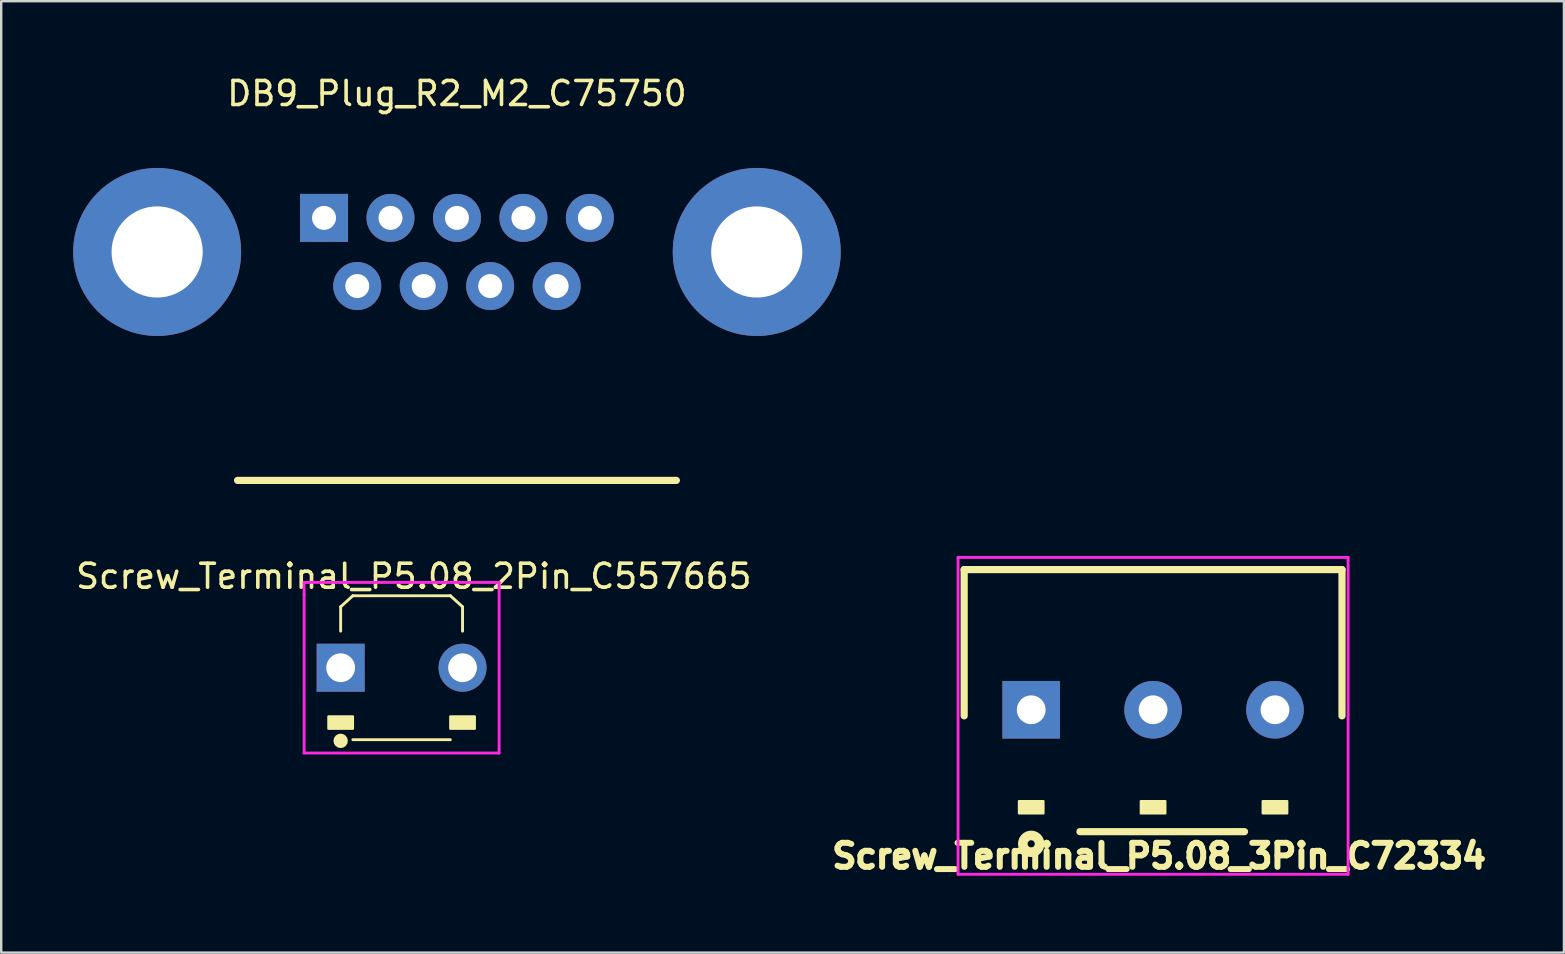
<source format=kicad_pcb>
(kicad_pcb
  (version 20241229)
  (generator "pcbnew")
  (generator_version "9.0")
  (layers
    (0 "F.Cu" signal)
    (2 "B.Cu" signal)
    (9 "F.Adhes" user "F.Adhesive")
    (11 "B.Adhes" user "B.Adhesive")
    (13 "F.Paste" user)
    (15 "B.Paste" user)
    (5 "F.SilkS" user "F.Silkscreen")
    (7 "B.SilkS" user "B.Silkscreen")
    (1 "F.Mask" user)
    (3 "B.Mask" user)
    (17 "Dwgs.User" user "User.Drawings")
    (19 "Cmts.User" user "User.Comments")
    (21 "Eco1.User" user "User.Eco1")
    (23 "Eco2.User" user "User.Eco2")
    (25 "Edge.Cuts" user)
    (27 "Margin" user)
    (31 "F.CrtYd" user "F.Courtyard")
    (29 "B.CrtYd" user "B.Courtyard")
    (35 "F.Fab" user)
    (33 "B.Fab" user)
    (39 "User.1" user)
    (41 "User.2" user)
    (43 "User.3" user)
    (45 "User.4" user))
  (footprint "DB9_Plug_R2_M2_C75750"
    (layer "F.Cu")
    (at 15.995 7.452)
    (property "Reference" "DB9_Plug_R2_M2_C75750" (at 0 -6.604 0) (layer "F.SilkS") (effects (font (size 1 1) (thickness 0.15))))
    (attr through_hole)
    (fp_line (start -9.144 9.52) (end 9.144 9.52) (stroke (width 0.3) (type solid)) (layer "F.SilkS"))
    (pad "0" thru_hole circle (at -12.495 0) (size 7 7) (drill 3.8) (layers "*.Cu" "*.Mask"))
    (pad "0" thru_hole circle (at 12.495 0) (size 7 7) (drill 3.8) (layers "*.Cu" "*.Mask"))
    (pad "1" thru_hole rect (at -5.54 -1.42) (size 2 2) (drill 1) (layers "*.Cu" "*.Mask"))
    (pad "2" thru_hole circle (at -2.77 -1.42) (size 2 2) (drill 1) (layers "*.Cu" "*.Mask"))
    (pad "3" thru_hole circle (at 0 -1.42) (size 2 2) (drill 1) (layers "*.Cu" "*.Mask"))
    (pad "4" thru_hole circle (at 2.77 -1.42) (size 2 2) (drill 1) (layers "*.Cu" "*.Mask"))
    (pad "5" thru_hole circle (at 5.54 -1.42) (size 2 2) (drill 1) (layers "*.Cu" "*.Mask"))
    (pad "6" thru_hole circle (at -4.155 1.42) (size 2 2) (drill 1) (layers "*.Cu" "*.Mask"))
    (pad "7" thru_hole circle (at -1.385 1.42) (size 2 2) (drill 1) (layers "*.Cu" "*.Mask"))
    (pad "8" thru_hole circle (at 1.385 1.42) (size 2 2) (drill 1) (layers "*.Cu" "*.Mask"))
    (pad "9" thru_hole circle (at 4.155 1.42) (size 2 2) (drill 1) (layers "*.Cu" "*.Mask")))
  (footprint "Screw_Terminal_P5.08_3Pin_C72334"
    (layer "F.Cu")
    (at 45.009 26.532)
    (property "Reference" "Screw_Terminal_P5.08_3Pin_C72334" (at 0.254 6.096 0) (layer "F.SilkS") (effects (font (size 1 1) (thickness 0.25))))
    (attr through_hole)
    (fp_line (start -7.874 -5.842) (end 7.874 -5.842) (stroke (width 0.3) (type solid)) (layer "F.SilkS"))
    (fp_line (start -7.874 0.254) (end -7.874 -5.842) (stroke (width 0.3) (type solid)) (layer "F.SilkS"))
    (fp_line (start -3.048 5.08) (end 3.81 5.08) (stroke (width 0.3) (type solid)) (layer "F.SilkS"))
    (fp_line (start 7.874 0.254) (end 7.874 -5.842) (stroke (width 0.3) (type solid)) (layer "F.SilkS"))
    (fp_circle (center -5.08 5.588) (end -4.93 5.588) (stroke (width 0.4) (type solid)) (fill no) (layer "F.SilkS"))
    (fp_poly (pts (xy -4.572 4.318) (xy -5.588 4.318) (xy -5.588 3.81) (xy -4.572 3.81)) (stroke (width 0.1) (type solid)) (fill yes) (layer "F.SilkS"))
    (fp_poly (pts (xy 0.508 4.318) (xy -0.508 4.318) (xy -0.508 3.81) (xy 0.508 3.81)) (stroke (width 0.1) (type solid)) (fill yes) (layer "F.SilkS"))
    (fp_poly (pts (xy 5.588 4.318) (xy 4.572 4.318) (xy 4.572 3.81) (xy 5.588 3.81)) (stroke (width 0.1) (type solid)) (fill yes) (layer "F.SilkS"))
    (fp_line (start -8.128 -6.35) (end 8.128 -6.35) (stroke (width 0.12) (type solid)) (layer "F.CrtYd"))
    (fp_line (start -8.128 6.858) (end -8.128 -6.35) (stroke (width 0.12) (type solid)) (layer "F.CrtYd"))
    (fp_line (start 8.128 6.858) (end -8.128 6.858) (stroke (width 0.12) (type solid)) (layer "F.CrtYd"))
    (fp_line (start 8.128 6.858) (end 8.128 -6.35) (stroke (width 0.12) (type solid)) (layer "F.CrtYd"))
    (pad "1" thru_hole rect (at -5.08 0) (size 2.4 2.4) (drill 1.2) (layers "*.Cu" "*.Mask"))
    (pad "2" thru_hole circle (at 0 0) (size 2.4 2.4) (drill 1.2) (layers "*.Cu" "*.Mask"))
    (pad "3" thru_hole circle (at 5.08 0) (size 2.4 2.4) (drill 1.2) (layers "*.Cu" "*.Mask")))
  (footprint "Screw_Terminal_P5.08_2Pin_C557665"
    (layer "F.Cu")
    (at 13.688 24.78)
    (property "Reference" "Screw_Terminal_P5.08_2Pin_C557665" (at 0.508 -3.81 0) (layer "F.SilkS") (effects (font (size 1 1) (thickness 0.15))))
    (attr through_hole)
    (fp_line (start -2.54 -1.524) (end -2.54 -2.54) (stroke (width 0.12) (type solid)) (layer "F.SilkS"))
    (fp_line (start -2.032 -3) (end -2.54 -2.54) (stroke (width 0.12) (type solid)) (layer "F.SilkS"))
    (fp_line (start -2.032 -3) (end 2.032 -3) (stroke (width 0.12) (type solid)) (layer "F.SilkS"))
    (fp_line (start -2.032 3) (end 2.032 3) (stroke (width 0.12) (type solid)) (layer "F.SilkS"))
    (fp_line (start 2.032 -3) (end 2.54 -2.54) (stroke (width 0.12) (type solid)) (layer "F.SilkS"))
    (fp_line (start 2.54 -2.54) (end 2.54 -1.524) (stroke (width 0.12) (type solid)) (layer "F.SilkS"))
    (fp_circle (center -2.54 3.048) (end -2.39 3.048) (stroke (width 0.3) (type solid)) (fill no) (layer "F.SilkS"))
    (fp_poly (pts (xy -2.032 2.54) (xy -3.048 2.54) (xy -3.048 2.032) (xy -2.032 2.032)) (stroke (width 0.1) (type solid)) (fill yes) (layer "F.SilkS"))
    (fp_poly (pts (xy 3.048 2.54) (xy 2.032 2.54) (xy 2.032 2.032) (xy 3.048 2.032)) (stroke (width 0.1) (type solid)) (fill yes) (layer "F.SilkS"))
    (fp_line (start -4.064 -3.556) (end -4.064 -3.048) (stroke (width 0.12) (type solid)) (layer "F.CrtYd"))
    (fp_line (start -4.064 -3.048) (end -4.064 3.556) (stroke (width 0.12) (type solid)) (layer "F.CrtYd"))
    (fp_line (start -4.064 3.556) (end 4.064 3.556) (stroke (width 0.12) (type solid)) (layer "F.CrtYd"))
    (fp_line (start 4.064 -3.556) (end -4.064 -3.556) (stroke (width 0.12) (type solid)) (layer "F.CrtYd"))
    (fp_line (start 4.064 3.556) (end 4.064 -3.556) (stroke (width 0.12) (type solid)) (layer "F.CrtYd"))
    (pad "1" thru_hole rect (at -2.54 0) (size 2 2) (drill 1.2) (layers "*.Cu" "*.Mask"))
    (pad "2" thru_hole circle (at 2.54 0) (size 2 2) (drill 1.2) (layers "*.Cu" "*.Mask")))
  (gr_rect
    (start -3 -3)
    (end 62.133 36.652)
    (stroke (width 0.1) (type default))
    (fill no)
    (layer "Edge.Cuts")))
</source>
